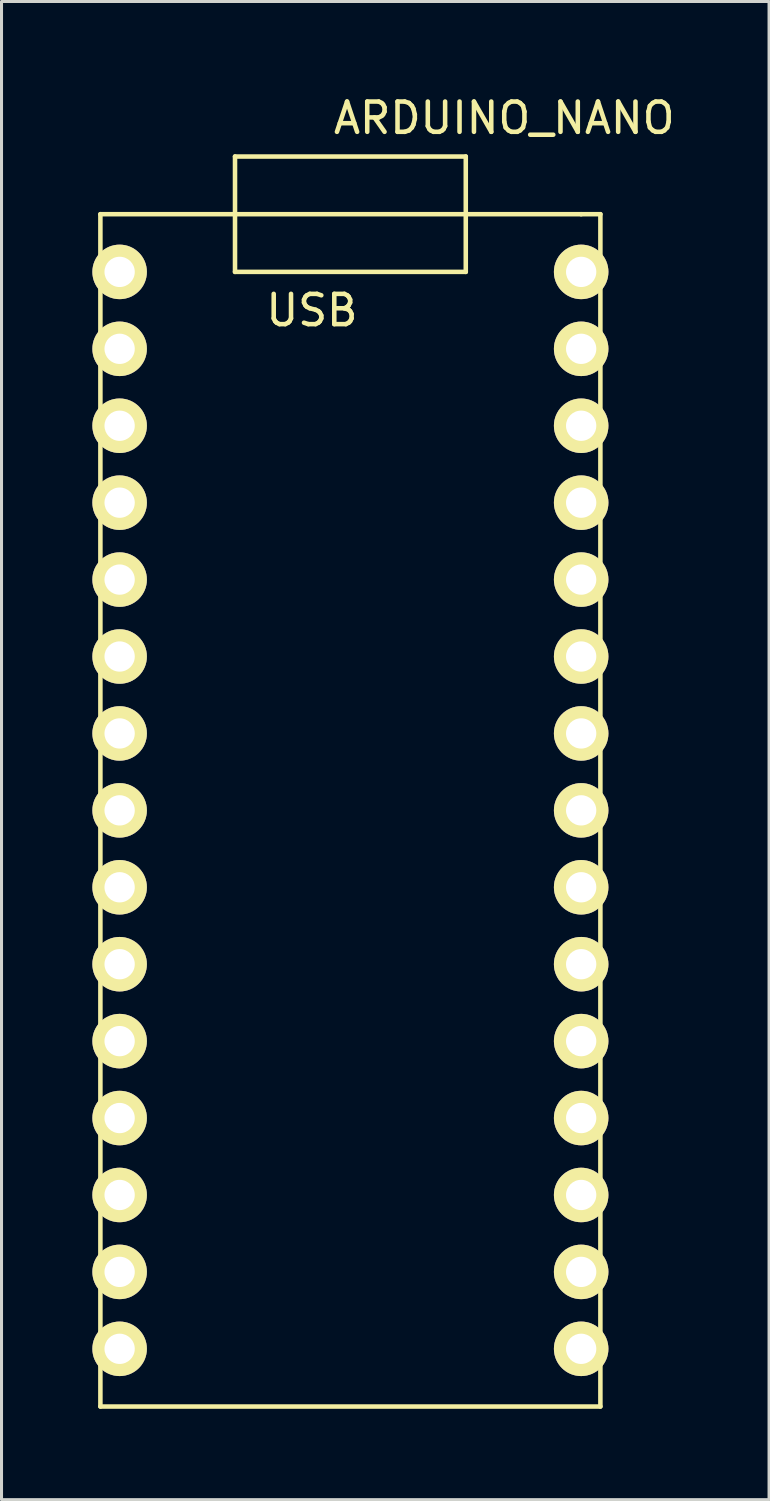
<source format=kicad_pcb>
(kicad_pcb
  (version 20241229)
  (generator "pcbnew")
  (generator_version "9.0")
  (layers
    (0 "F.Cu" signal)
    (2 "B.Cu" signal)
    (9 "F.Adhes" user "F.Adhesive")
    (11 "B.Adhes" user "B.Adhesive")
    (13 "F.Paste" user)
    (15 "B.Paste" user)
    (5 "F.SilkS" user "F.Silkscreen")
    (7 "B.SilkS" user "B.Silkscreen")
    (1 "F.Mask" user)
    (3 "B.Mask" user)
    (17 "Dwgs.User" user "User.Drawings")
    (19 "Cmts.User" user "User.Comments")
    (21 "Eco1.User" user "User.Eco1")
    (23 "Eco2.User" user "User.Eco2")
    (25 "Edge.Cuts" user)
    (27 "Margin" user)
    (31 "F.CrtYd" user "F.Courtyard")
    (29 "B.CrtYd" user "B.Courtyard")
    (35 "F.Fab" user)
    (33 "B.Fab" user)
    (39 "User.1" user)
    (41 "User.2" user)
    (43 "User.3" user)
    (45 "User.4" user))
  (footprint "ARDUINO_NANO"
    (layer "F.Cu")
    (at 0.9 5.928)
    (property "Reference" "ARDUINO_NANO" (at 12.7 -5.08 0) (layer "F.SilkS") (effects (font (size 1 1) (thickness 0.15))))
    (attr through_hole)
    (fp_line (start -0.635 -1.905) (end -0.635 37.465) (stroke (width 0.15) (type solid)) (layer "F.SilkS"))
    (fp_line (start -0.635 37.465) (end 15.875 37.465) (stroke (width 0.15) (type solid)) (layer "F.SilkS"))
    (fp_line (start 3.81 -3.81) (end 3.81 0) (stroke (width 0.15) (type solid)) (layer "F.SilkS"))
    (fp_line (start 3.81 0) (end 11.43 0) (stroke (width 0.15) (type solid)) (layer "F.SilkS"))
    (fp_line (start 11.43 -3.81) (end 3.81 -3.81) (stroke (width 0.15) (type solid)) (layer "F.SilkS"))
    (fp_line (start 11.43 0) (end 11.43 -3.81) (stroke (width 0.15) (type solid)) (layer "F.SilkS"))
    (fp_line (start 15.24 -1.905) (end -0.635 -1.905) (stroke (width 0.15) (type solid)) (layer "F.SilkS"))
    (fp_line (start 15.24 -1.905) (end 15.875 -1.905) (stroke (width 0.15) (type solid)) (layer "F.SilkS"))
    (fp_line (start 15.875 -1.905) (end 15.875 37.465) (stroke (width 0.15) (type solid)) (layer "F.SilkS"))
    (fp_text user "USB" (at 6.35 1.27 0) (layer "F.SilkS") (effects (font (size 1 1) (thickness 0.15))))
    (pad "1" thru_hole circle (at 0 0) (size 1.8 1.8) (drill 1) (layers "*.Cu" "*.Mask" "F.SilkS"))
    (pad "2" thru_hole circle (at 0 2.54) (size 1.8 1.8) (drill 1) (layers "*.Cu" "*.Mask" "F.SilkS"))
    (pad "3" thru_hole circle (at 0 5.08) (size 1.8 1.8) (drill 1) (layers "*.Cu" "*.Mask" "F.SilkS"))
    (pad "4" thru_hole circle (at 0 7.62) (size 1.8 1.8) (drill 1) (layers "*.Cu" "*.Mask" "F.SilkS"))
    (pad "5" thru_hole circle (at 0 10.16) (size 1.8 1.8) (drill 1) (layers "*.Cu" "*.Mask" "F.SilkS"))
    (pad "6" thru_hole circle (at 0 12.7) (size 1.8 1.8) (drill 1) (layers "*.Cu" "*.Mask" "F.SilkS"))
    (pad "7" thru_hole circle (at 0 15.24) (size 1.8 1.8) (drill 1) (layers "*.Cu" "*.Mask" "F.SilkS"))
    (pad "8" thru_hole circle (at 0 17.78) (size 1.8 1.8) (drill 1) (layers "*.Cu" "*.Mask" "F.SilkS"))
    (pad "9" thru_hole circle (at 0 20.32) (size 1.8 1.8) (drill 1) (layers "*.Cu" "*.Mask" "F.SilkS"))
    (pad "10" thru_hole circle (at 0 22.86) (size 1.8 1.8) (drill 1) (layers "*.Cu" "*.Mask" "F.SilkS"))
    (pad "11" thru_hole circle (at 0 25.4) (size 1.8 1.8) (drill 1) (layers "*.Cu" "*.Mask" "F.SilkS"))
    (pad "12" thru_hole circle (at 0 27.94) (size 1.8 1.8) (drill 1) (layers "*.Cu" "*.Mask" "F.SilkS"))
    (pad "13" thru_hole circle (at 0 30.48) (size 1.8 1.8) (drill 1) (layers "*.Cu" "*.Mask" "F.SilkS"))
    (pad "14" thru_hole circle (at 0 33.02) (size 1.8 1.8) (drill 1) (layers "*.Cu" "*.Mask" "F.SilkS"))
    (pad "15" thru_hole circle (at 0 35.56) (size 1.8 1.8) (drill 1) (layers "*.Cu" "*.Mask" "F.SilkS"))
    (pad "16" thru_hole circle (at 15.24 35.56) (size 1.8 1.8) (drill 1) (layers "*.Cu" "*.Mask" "F.SilkS"))
    (pad "17" thru_hole circle (at 15.24 33.02) (size 1.8 1.8) (drill 1) (layers "*.Cu" "*.Mask" "F.SilkS"))
    (pad "18" thru_hole circle (at 15.24 30.48) (size 1.8 1.8) (drill 1) (layers "*.Cu" "*.Mask" "F.SilkS"))
    (pad "19" thru_hole circle (at 15.24 27.94) (size 1.8 1.8) (drill 1) (layers "*.Cu" "*.Mask" "F.SilkS"))
    (pad "20" thru_hole circle (at 15.24 25.4) (size 1.8 1.8) (drill 1) (layers "*.Cu" "*.Mask" "F.SilkS"))
    (pad "21" thru_hole circle (at 15.24 22.86) (size 1.8 1.8) (drill 1) (layers "*.Cu" "*.Mask" "F.SilkS"))
    (pad "22" thru_hole circle (at 15.24 20.32) (size 1.8 1.8) (drill 1) (layers "*.Cu" "*.Mask" "F.SilkS"))
    (pad "23" thru_hole circle (at 15.24 17.78) (size 1.8 1.8) (drill 1) (layers "*.Cu" "*.Mask" "F.SilkS"))
    (pad "24" thru_hole circle (at 15.24 15.24) (size 1.8 1.8) (drill 1) (layers "*.Cu" "*.Mask" "F.SilkS"))
    (pad "25" thru_hole circle (at 15.24 12.7) (size 1.8 1.8) (drill 1) (layers "*.Cu" "*.Mask" "F.SilkS"))
    (pad "26" thru_hole circle (at 15.24 10.16) (size 1.8 1.8) (drill 1) (layers "*.Cu" "*.Mask" "F.SilkS"))
    (pad "27" thru_hole circle (at 15.24 7.62) (size 1.8 1.8) (drill 1) (layers "*.Cu" "*.Mask" "F.SilkS"))
    (pad "28" thru_hole circle (at 15.24 5.08) (size 1.8 1.8) (drill 1) (layers "*.Cu" "*.Mask" "F.SilkS"))
    (pad "29" thru_hole circle (at 15.24 2.54) (size 1.8 1.8) (drill 1) (layers "*.Cu" "*.Mask" "F.SilkS"))
    (pad "30" thru_hole circle (at 15.24 0) (size 1.8 1.8) (drill 1) (layers "*.Cu" "*.Mask" "F.SilkS")))
  (gr_rect
    (start -3 -3)
    (end 22.344 46.468)
    (stroke (width 0.1) (type default))
    (fill no)
    (layer "Edge.Cuts")))
</source>
